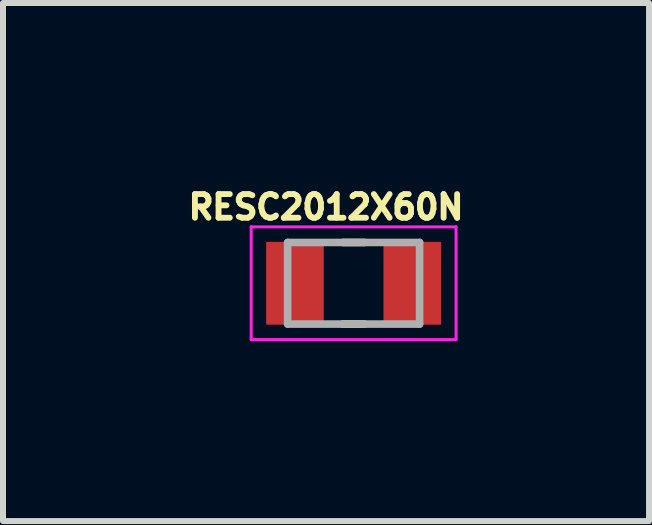
<source format=kicad_pcb>
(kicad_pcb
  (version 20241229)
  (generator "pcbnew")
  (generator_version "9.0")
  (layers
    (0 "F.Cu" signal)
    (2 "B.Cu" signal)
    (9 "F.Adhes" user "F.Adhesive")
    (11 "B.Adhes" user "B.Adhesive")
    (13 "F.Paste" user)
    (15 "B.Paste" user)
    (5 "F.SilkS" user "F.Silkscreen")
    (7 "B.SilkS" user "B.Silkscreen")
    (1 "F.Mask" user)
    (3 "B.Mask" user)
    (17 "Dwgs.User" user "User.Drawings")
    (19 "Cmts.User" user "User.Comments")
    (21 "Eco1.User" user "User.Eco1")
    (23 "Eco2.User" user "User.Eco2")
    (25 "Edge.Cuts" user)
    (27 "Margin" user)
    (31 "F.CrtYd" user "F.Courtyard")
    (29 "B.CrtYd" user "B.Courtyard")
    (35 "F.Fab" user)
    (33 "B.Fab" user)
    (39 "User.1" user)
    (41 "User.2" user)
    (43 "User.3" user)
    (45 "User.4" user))
  (footprint "RESC2012X60N"
    (layer "F.Cu")
    (at 2.846 1.673)
    (property "Reference" "RESC2012X60N" (at -0.46 -1.27 0) (layer "F.SilkS") (effects (font (size 0.394 0.394) (thickness 0.098))))
    (attr smd)
    (fp_line (start -0.18 -0.68) (end 0.18 -0.68) (stroke (width 0.127) (type solid)) (layer "F.SilkS"))
    (fp_line (start -0.18 0.68) (end 0.18 0.68) (stroke (width 0.127) (type solid)) (layer "F.SilkS"))
    (fp_line (start -1.708 -0.94) (end 1.708 -0.94) (stroke (width 0.05) (type solid)) (layer "F.CrtYd"))
    (fp_line (start -1.708 0.94) (end -1.708 -0.94) (stroke (width 0.05) (type solid)) (layer "F.CrtYd"))
    (fp_line (start -1.708 0.94) (end 1.708 0.94) (stroke (width 0.05) (type solid)) (layer "F.CrtYd"))
    (fp_line (start 1.708 0.94) (end 1.708 -0.94) (stroke (width 0.05) (type solid)) (layer "F.CrtYd"))
    (fp_line (start -1.1 0.68) (end -1.1 -0.68) (stroke (width 0.127) (type solid)) (layer "F.Fab"))
    (fp_line (start 1.1 -0.68) (end -1.1 -0.68) (stroke (width 0.127) (type solid)) (layer "F.Fab"))
    (fp_line (start 1.1 0.68) (end -1.1 0.68) (stroke (width 0.127) (type solid)) (layer "F.Fab"))
    (fp_line (start 1.1 0.68) (end 1.1 -0.68) (stroke (width 0.127) (type solid)) (layer "F.Fab"))
    (pad "1" smd rect (at -0.978 0) (size 0.96 1.38) (layers "F.Cu" "F.Mask" "F.Paste"))
    (pad "2" smd rect (at 0.978 0) (size 0.96 1.38) (layers "F.Cu" "F.Mask" "F.Paste")))
  (gr_rect
    (start -3 -3)
    (end 7.772 5.638)
    (stroke (width 0.1) (type default))
    (fill no)
    (layer "Edge.Cuts")))
</source>
